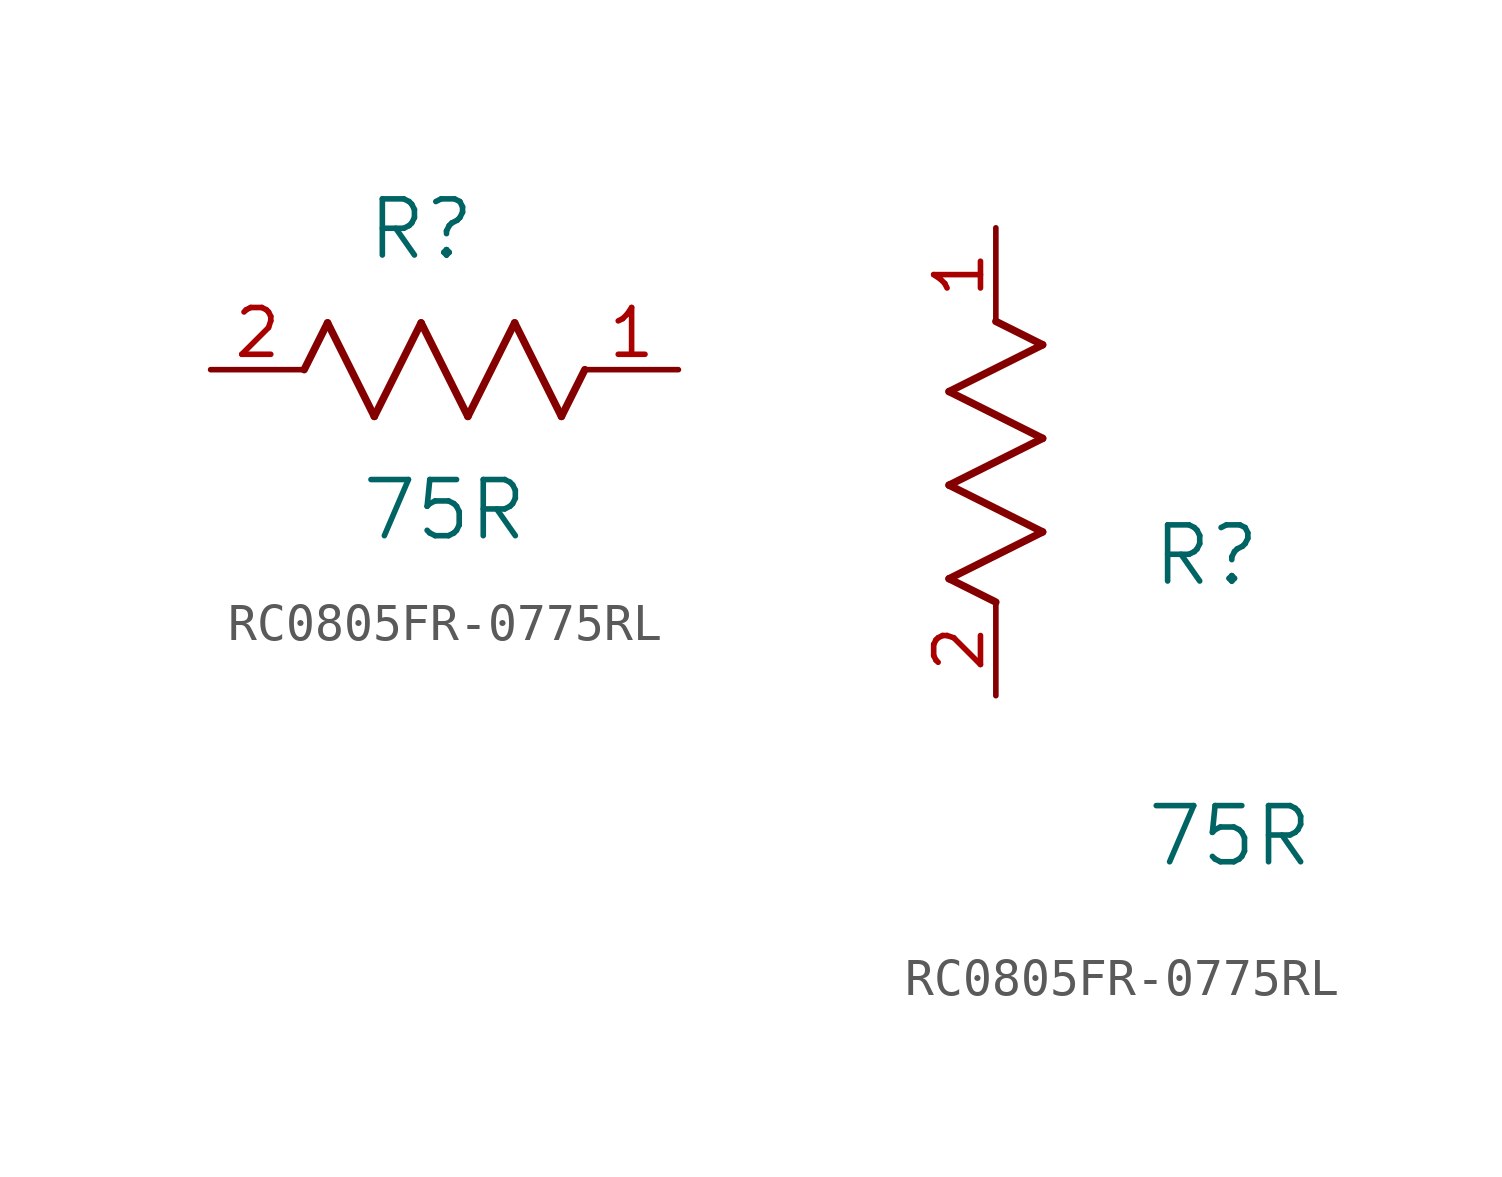
<source format=kicad_sym>
(kicad_symbol_lib
  (version 20231120)
  (generator "kicad_symbol_editor")
  (generator_version "8.0")
  (symbol "RC0805FR-0775RL"
    (pin_names
      (offset 0.254))
    (property "Reference" "R"
      (at 5.715 3.81 0)
      (effects (font (size 1.524 1.524))))
    (property "Value" "75R"
      (at 6.35 -3.81 0)
      (effects (font (size 1.524 1.524))))
    (symbol "RC0805FR-0775RL_1_1"
      (polyline (pts (xy 2.54 0) (xy 3.175 1.27)) (stroke (width 0.203) (type default)) (fill (type none)))
      (polyline (pts (xy 3.175 1.27) (xy 4.445 -1.27)) (stroke (width 0.203) (type default)) (fill (type none)))
      (polyline (pts (xy 4.445 -1.27) (xy 5.715 1.27)) (stroke (width 0.203) (type default)) (fill (type none)))
      (polyline (pts (xy 5.715 1.27) (xy 6.985 -1.27)) (stroke (width 0.203) (type default)) (fill (type none)))
      (polyline (pts (xy 6.985 -1.27) (xy 8.255 1.27)) (stroke (width 0.203) (type default)) (fill (type none)))
      (polyline (pts (xy 8.255 1.27) (xy 9.525 -1.27)) (stroke (width 0.203) (type default)) (fill (type none)))
      (polyline (pts (xy 9.525 -1.27) (xy 10.16 0)) (stroke (width 0.203) (type default)) (fill (type none)))
      (pin unspecified line (at 12.7 0 180) (length 2.54) (name "" (effects (font (size 1.27 1.27)))) (number "1" (effects (font (size 1.27 1.27)))))
      (pin unspecified line (at 0 0 0) (length 2.54) (name "" (effects (font (size 1.27 1.27)))) (number "2" (effects (font (size 1.27 1.27))))))
    (symbol "RC0805FR-0775RL_1_2"
      (polyline (pts (xy -1.27 3.175) (xy 1.27 4.445)) (stroke (width 0.203) (type default)) (fill (type none)))
      (polyline (pts (xy -1.27 5.715) (xy 1.27 6.985)) (stroke (width 0.203) (type default)) (fill (type none)))
      (polyline (pts (xy -1.27 8.255) (xy 1.27 9.525)) (stroke (width 0.203) (type default)) (fill (type none)))
      (polyline (pts (xy 0 2.54) (xy -1.27 3.175)) (stroke (width 0.203) (type default)) (fill (type none)))
      (polyline (pts (xy 1.27 4.445) (xy -1.27 5.715)) (stroke (width 0.203) (type default)) (fill (type none)))
      (polyline (pts (xy 1.27 6.985) (xy -1.27 8.255)) (stroke (width 0.203) (type default)) (fill (type none)))
      (polyline (pts (xy 1.27 9.525) (xy 0 10.16)) (stroke (width 0.203) (type default)) (fill (type none)))
      (pin unspecified line (at 0 12.7 270) (length 2.54) (name "" (effects (font (size 1.27 1.27)))) (number "1" (effects (font (size 1.27 1.27)))))
      (pin unspecified line (at 0 0 90) (length 2.54) (name "" (effects (font (size 1.27 1.27)))) (number "2" (effects (font (size 1.27 1.27))))))))
</source>
